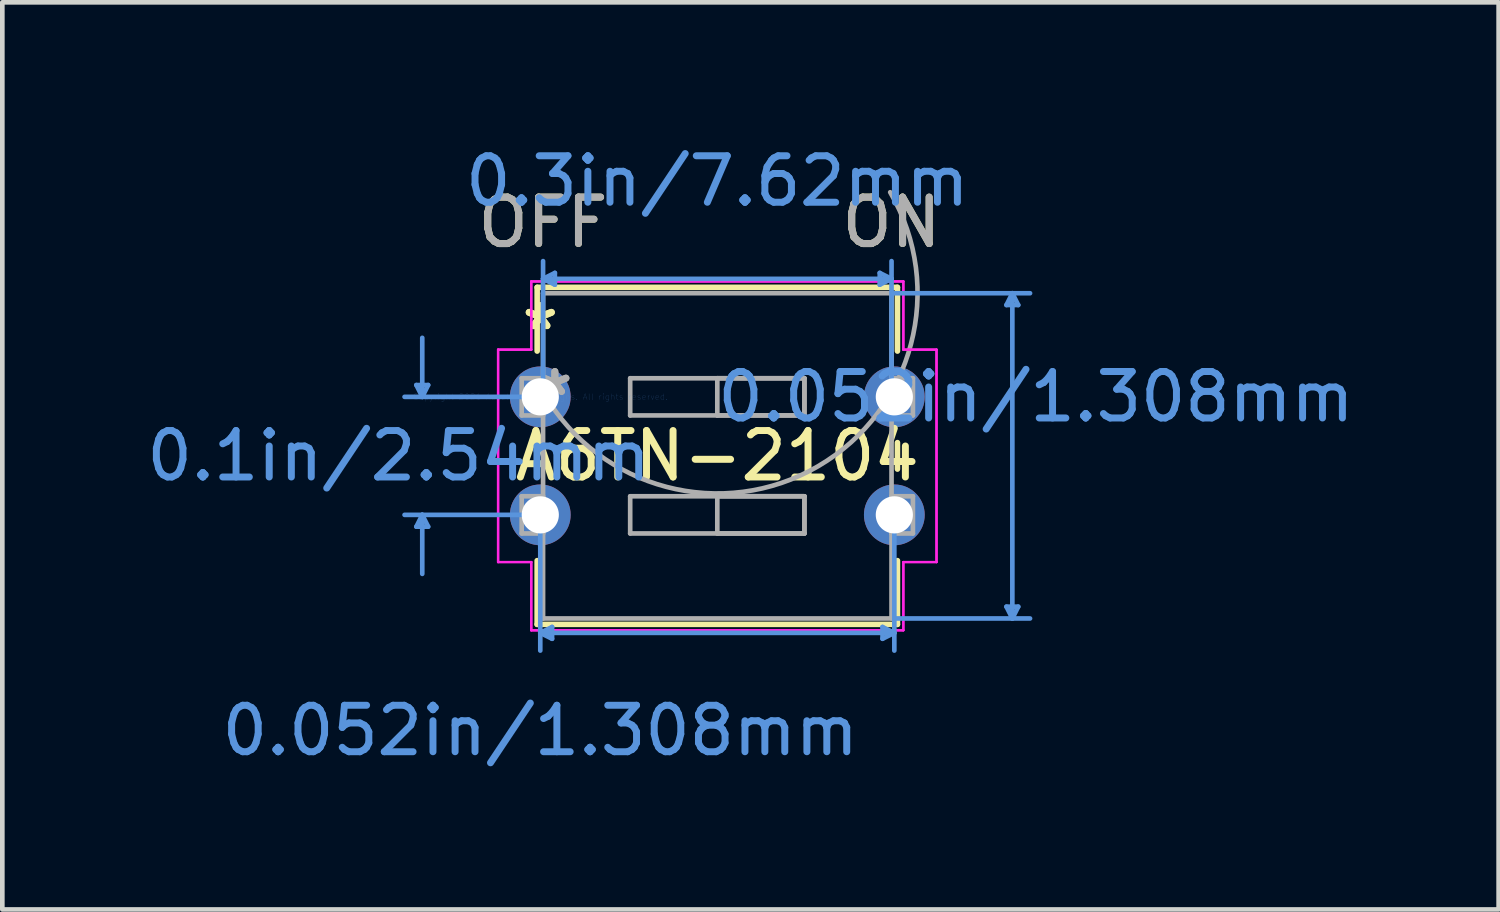
<source format=kicad_pcb>
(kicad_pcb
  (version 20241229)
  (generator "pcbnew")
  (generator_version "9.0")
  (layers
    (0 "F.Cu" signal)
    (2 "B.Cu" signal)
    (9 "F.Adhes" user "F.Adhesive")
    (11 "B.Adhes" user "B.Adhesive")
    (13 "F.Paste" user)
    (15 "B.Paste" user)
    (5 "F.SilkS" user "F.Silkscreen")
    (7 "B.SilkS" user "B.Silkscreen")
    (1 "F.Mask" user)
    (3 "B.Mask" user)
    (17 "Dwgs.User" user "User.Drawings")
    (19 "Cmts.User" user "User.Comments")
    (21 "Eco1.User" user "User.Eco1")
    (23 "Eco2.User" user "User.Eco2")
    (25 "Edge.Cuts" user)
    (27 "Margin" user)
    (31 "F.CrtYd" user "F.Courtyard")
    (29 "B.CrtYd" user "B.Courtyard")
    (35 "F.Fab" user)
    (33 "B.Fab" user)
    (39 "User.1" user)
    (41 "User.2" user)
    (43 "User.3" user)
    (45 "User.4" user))
  (footprint "A6TN-2104"
    (layer "F.Cu")
    (at 8.578 5.491)
    (property "Reference" "A6TN-2104" (at 3.81 1.27 0) (layer "F.SilkS") (effects (font (size 1 1) (thickness 0.15))))
    (attr through_hole)
    (fp_line (start -0.067 -2.357) (end -0.067 -0.985) (stroke (width 0.12) (type solid)) (layer "F.SilkS"))
    (fp_line (start -0.067 0.985) (end -0.067 1.555) (stroke (width 0.12) (type solid)) (layer "F.SilkS"))
    (fp_line (start -0.067 3.525) (end -0.067 4.897) (stroke (width 0.12) (type solid)) (layer "F.SilkS"))
    (fp_line (start -0.067 4.897) (end 7.687 4.897) (stroke (width 0.12) (type solid)) (layer "F.SilkS"))
    (fp_line (start 7.687 -2.357) (end -0.067 -2.357) (stroke (width 0.12) (type solid)) (layer "F.SilkS"))
    (fp_line (start 7.687 -0.985) (end 7.687 -2.357) (stroke (width 0.12) (type solid)) (layer "F.SilkS"))
    (fp_line (start 7.687 1.555) (end 7.687 0.985) (stroke (width 0.12) (type solid)) (layer "F.SilkS"))
    (fp_line (start 7.687 4.897) (end 7.687 3.525) (stroke (width 0.12) (type solid)) (layer "F.SilkS"))
    (fp_line (start -2.667 -0.254) (end -2.413 -0.254) (stroke (width 0.1) (type solid)) (layer "Cmts.User"))
    (fp_line (start -2.667 2.794) (end -2.413 2.794) (stroke (width 0.1) (type solid)) (layer "Cmts.User"))
    (fp_line (start -2.54 0) (end -2.667 -0.254) (stroke (width 0.1) (type solid)) (layer "Cmts.User"))
    (fp_line (start -2.54 0) (end -2.54 -1.27) (stroke (width 0.1) (type solid)) (layer "Cmts.User"))
    (fp_line (start -2.54 0) (end -2.413 -0.254) (stroke (width 0.1) (type solid)) (layer "Cmts.User"))
    (fp_line (start -2.54 2.54) (end -2.667 2.794) (stroke (width 0.1) (type solid)) (layer "Cmts.User"))
    (fp_line (start -2.54 2.54) (end -2.54 3.81) (stroke (width 0.1) (type solid)) (layer "Cmts.User"))
    (fp_line (start -2.54 2.54) (end -2.413 2.794) (stroke (width 0.1) (type solid)) (layer "Cmts.User"))
    (fp_line (start 0 0) (end -2.921 0) (stroke (width 0.1) (type solid)) (layer "Cmts.User"))
    (fp_line (start 0 2.54) (end -2.921 2.54) (stroke (width 0.1) (type solid)) (layer "Cmts.User"))
    (fp_line (start 0 2.54) (end 0 5.461) (stroke (width 0.1) (type solid)) (layer "Cmts.User"))
    (fp_line (start 0 5.08) (end 0.254 4.953) (stroke (width 0.1) (type solid)) (layer "Cmts.User"))
    (fp_line (start 0 5.08) (end 0.254 5.207) (stroke (width 0.1) (type solid)) (layer "Cmts.User"))
    (fp_line (start 0 5.08) (end 7.62 5.08) (stroke (width 0.1) (type solid)) (layer "Cmts.User"))
    (fp_line (start 0.06 -2.54) (end 0.314 -2.667) (stroke (width 0.1) (type solid)) (layer "Cmts.User"))
    (fp_line (start 0.06 -2.54) (end 0.314 -2.413) (stroke (width 0.1) (type solid)) (layer "Cmts.User"))
    (fp_line (start 0.06 -2.54) (end 7.56 -2.54) (stroke (width 0.1) (type solid)) (layer "Cmts.User"))
    (fp_line (start 0.06 0) (end 0.06 -2.921) (stroke (width 0.1) (type solid)) (layer "Cmts.User"))
    (fp_line (start 0.254 4.953) (end 0.254 5.207) (stroke (width 0.1) (type solid)) (layer "Cmts.User"))
    (fp_line (start 0.314 -2.667) (end 0.314 -2.413) (stroke (width 0.1) (type solid)) (layer "Cmts.User"))
    (fp_line (start 7.306 -2.667) (end 7.306 -2.413) (stroke (width 0.1) (type solid)) (layer "Cmts.User"))
    (fp_line (start 7.366 4.953) (end 7.366 5.207) (stroke (width 0.1) (type solid)) (layer "Cmts.User"))
    (fp_line (start 7.56 -2.54) (end 7.306 -2.667) (stroke (width 0.1) (type solid)) (layer "Cmts.User"))
    (fp_line (start 7.56 -2.54) (end 7.306 -2.413) (stroke (width 0.1) (type solid)) (layer "Cmts.User"))
    (fp_line (start 7.56 0) (end 7.56 -2.921) (stroke (width 0.1) (type solid)) (layer "Cmts.User"))
    (fp_line (start 7.62 -2.23) (end 10.541 -2.23) (stroke (width 0.1) (type solid)) (layer "Cmts.User"))
    (fp_line (start 7.62 2.54) (end 7.62 5.461) (stroke (width 0.1) (type solid)) (layer "Cmts.User"))
    (fp_line (start 7.62 4.77) (end 10.541 4.77) (stroke (width 0.1) (type solid)) (layer "Cmts.User"))
    (fp_line (start 7.62 5.08) (end 7.366 4.953) (stroke (width 0.1) (type solid)) (layer "Cmts.User"))
    (fp_line (start 7.62 5.08) (end 7.366 5.207) (stroke (width 0.1) (type solid)) (layer "Cmts.User"))
    (fp_line (start 10.033 -1.976) (end 10.287 -1.976) (stroke (width 0.1) (type solid)) (layer "Cmts.User"))
    (fp_line (start 10.033 4.516) (end 10.287 4.516) (stroke (width 0.1) (type solid)) (layer "Cmts.User"))
    (fp_line (start 10.16 -2.23) (end 10.033 -1.976) (stroke (width 0.1) (type solid)) (layer "Cmts.User"))
    (fp_line (start 10.16 -2.23) (end 10.16 4.77) (stroke (width 0.1) (type solid)) (layer "Cmts.User"))
    (fp_line (start 10.16 -2.23) (end 10.287 -1.976) (stroke (width 0.1) (type solid)) (layer "Cmts.User"))
    (fp_line (start 10.16 4.77) (end 10.033 4.516) (stroke (width 0.1) (type solid)) (layer "Cmts.User"))
    (fp_line (start 10.16 4.77) (end 10.287 4.516) (stroke (width 0.1) (type solid)) (layer "Cmts.User"))
    (fp_line (start -0.908 -1.016) (end -0.908 3.556) (stroke (width 0.05) (type solid)) (layer "F.CrtYd"))
    (fp_line (start -0.908 -1.016) (end -0.194 -1.016) (stroke (width 0.05) (type solid)) (layer "F.CrtYd"))
    (fp_line (start -0.908 3.556) (end -0.908 -1.016) (stroke (width 0.05) (type solid)) (layer "F.CrtYd"))
    (fp_line (start -0.908 3.556) (end -0.194 3.556) (stroke (width 0.05) (type solid)) (layer "F.CrtYd"))
    (fp_line (start -0.194 -2.484) (end -0.194 -1.016) (stroke (width 0.05) (type solid)) (layer "F.CrtYd"))
    (fp_line (start -0.194 -2.484) (end 7.814 -2.484) (stroke (width 0.05) (type solid)) (layer "F.CrtYd"))
    (fp_line (start -0.194 -1.016) (end -0.908 -1.016) (stroke (width 0.05) (type solid)) (layer "F.CrtYd"))
    (fp_line (start -0.194 -1.016) (end -0.194 -2.484) (stroke (width 0.05) (type solid)) (layer "F.CrtYd"))
    (fp_line (start -0.194 3.556) (end -0.908 3.556) (stroke (width 0.05) (type solid)) (layer "F.CrtYd"))
    (fp_line (start -0.194 3.556) (end -0.194 5.024) (stroke (width 0.05) (type solid)) (layer "F.CrtYd"))
    (fp_line (start -0.194 5.024) (end -0.194 3.556) (stroke (width 0.05) (type solid)) (layer "F.CrtYd"))
    (fp_line (start -0.194 5.024) (end 7.814 5.024) (stroke (width 0.05) (type solid)) (layer "F.CrtYd"))
    (fp_line (start 7.814 -2.484) (end -0.194 -2.484) (stroke (width 0.05) (type solid)) (layer "F.CrtYd"))
    (fp_line (start 7.814 -2.484) (end 7.814 -1.016) (stroke (width 0.05) (type solid)) (layer "F.CrtYd"))
    (fp_line (start 7.814 -1.016) (end 7.814 -2.484) (stroke (width 0.05) (type solid)) (layer "F.CrtYd"))
    (fp_line (start 7.814 3.556) (end 7.814 5.024) (stroke (width 0.05) (type solid)) (layer "F.CrtYd"))
    (fp_line (start 7.814 3.556) (end 8.528 3.556) (stroke (width 0.05) (type solid)) (layer "F.CrtYd"))
    (fp_line (start 7.814 5.024) (end -0.194 5.024) (stroke (width 0.05) (type solid)) (layer "F.CrtYd"))
    (fp_line (start 7.814 5.024) (end 7.814 3.556) (stroke (width 0.05) (type solid)) (layer "F.CrtYd"))
    (fp_line (start 8.528 -1.016) (end 7.814 -1.016) (stroke (width 0.05) (type solid)) (layer "F.CrtYd"))
    (fp_line (start 8.528 -1.016) (end 7.814 -1.016) (stroke (width 0.05) (type solid)) (layer "F.CrtYd"))
    (fp_line (start 8.528 -1.016) (end 8.528 3.556) (stroke (width 0.05) (type solid)) (layer "F.CrtYd"))
    (fp_line (start 8.528 3.556) (end 7.814 3.556) (stroke (width 0.05) (type solid)) (layer "F.CrtYd"))
    (fp_line (start 8.528 3.556) (end 8.528 -1.016) (stroke (width 0.05) (type solid)) (layer "F.CrtYd"))
    (fp_line (start -0.4 -0.4) (end -0.4 0.4) (stroke (width 0.1) (type solid)) (layer "F.Fab"))
    (fp_line (start -0.4 0.4) (end 0.06 0.4) (stroke (width 0.1) (type solid)) (layer "F.Fab"))
    (fp_line (start -0.4 2.14) (end -0.4 2.94) (stroke (width 0.1) (type solid)) (layer "F.Fab"))
    (fp_line (start -0.4 2.94) (end 0.06 2.94) (stroke (width 0.1) (type solid)) (layer "F.Fab"))
    (fp_line (start 0.06 -2.23) (end 0.06 4.77) (stroke (width 0.1) (type solid)) (layer "F.Fab"))
    (fp_line (start 0.06 -0.4) (end -0.4 -0.4) (stroke (width 0.1) (type solid)) (layer "F.Fab"))
    (fp_line (start 0.06 0.4) (end 0.06 -0.4) (stroke (width 0.1) (type solid)) (layer "F.Fab"))
    (fp_line (start 0.06 2.14) (end -0.4 2.14) (stroke (width 0.1) (type solid)) (layer "F.Fab"))
    (fp_line (start 0.06 2.94) (end 0.06 2.14) (stroke (width 0.1) (type solid)) (layer "F.Fab"))
    (fp_line (start 0.06 4.77) (end 7.56 4.77) (stroke (width 0.1) (type solid)) (layer "F.Fab"))
    (fp_line (start 1.935 -0.4) (end 5.685 -0.4) (stroke (width 0.1) (type solid)) (layer "F.Fab"))
    (fp_line (start 1.935 0.4) (end 1.935 -0.4) (stroke (width 0.1) (type solid)) (layer "F.Fab"))
    (fp_line (start 1.935 2.14) (end 5.685 2.14) (stroke (width 0.1) (type solid)) (layer "F.Fab"))
    (fp_line (start 1.935 2.94) (end 1.935 2.14) (stroke (width 0.1) (type solid)) (layer "F.Fab"))
    (fp_line (start 3.81 -0.4) (end 5.685 -0.4) (stroke (width 0.1) (type solid)) (layer "F.Fab"))
    (fp_line (start 3.81 0.4) (end 3.81 -0.4) (stroke (width 0.1) (type solid)) (layer "F.Fab"))
    (fp_line (start 3.81 2.14) (end 5.685 2.14) (stroke (width 0.1) (type solid)) (layer "F.Fab"))
    (fp_line (start 3.81 2.94) (end 3.81 2.14) (stroke (width 0.1) (type solid)) (layer "F.Fab"))
    (fp_line (start 5.685 -0.4) (end 5.685 0.4) (stroke (width 0.1) (type solid)) (layer "F.Fab"))
    (fp_line (start 5.685 -0.4) (end 5.685 0.4) (stroke (width 0.1) (type solid)) (layer "F.Fab"))
    (fp_line (start 5.685 0.4) (end 1.935 0.4) (stroke (width 0.1) (type solid)) (layer "F.Fab"))
    (fp_line (start 5.685 0.4) (end 3.81 0.4) (stroke (width 0.1) (type solid)) (layer "F.Fab"))
    (fp_line (start 5.685 2.14) (end 5.685 2.94) (stroke (width 0.1) (type solid)) (layer "F.Fab"))
    (fp_line (start 5.685 2.14) (end 5.685 2.94) (stroke (width 0.1) (type solid)) (layer "F.Fab"))
    (fp_line (start 5.685 2.94) (end 1.935 2.94) (stroke (width 0.1) (type solid)) (layer "F.Fab"))
    (fp_line (start 5.685 2.94) (end 3.81 2.94) (stroke (width 0.1) (type solid)) (layer "F.Fab"))
    (fp_line (start 7.56 -2.23) (end 0.06 -2.23) (stroke (width 0.1) (type solid)) (layer "F.Fab"))
    (fp_line (start 7.56 -0.4) (end 7.56 0.4) (stroke (width 0.1) (type solid)) (layer "F.Fab"))
    (fp_line (start 7.56 0.4) (end 8.02 0.4) (stroke (width 0.1) (type solid)) (layer "F.Fab"))
    (fp_line (start 7.56 2.14) (end 7.56 2.94) (stroke (width 0.1) (type solid)) (layer "F.Fab"))
    (fp_line (start 7.56 2.94) (end 8.02 2.94) (stroke (width 0.1) (type solid)) (layer "F.Fab"))
    (fp_line (start 7.56 4.77) (end 7.56 -2.23) (stroke (width 0.1) (type solid)) (layer "F.Fab"))
    (fp_line (start 8.02 -0.4) (end 7.56 -0.4) (stroke (width 0.1) (type solid)) (layer "F.Fab"))
    (fp_line (start 8.02 0.4) (end 8.02 -0.4) (stroke (width 0.1) (type solid)) (layer "F.Fab"))
    (fp_line (start 8.02 2.14) (end 7.56 2.14) (stroke (width 0.1) (type solid)) (layer "F.Fab"))
    (fp_line (start 8.02 2.94) (end 8.02 2.14) (stroke (width 0.1) (type solid)) (layer "F.Fab"))
    (fp_arc (start 7.530968 -4.40336) (mid 5.983359 1.490967) (end 0.089032 -0.056642) (stroke (width 0.1) (type solid)) (layer "F.Fab"))
    (fp_text user "*" (at 0 -1.416 0) (layer "F.SilkS") (effects (font (size 1 1) (thickness 0.15))))
    (fp_text user "OFF" (at 0.06 -3.754 0) (layer "F.SilkS") (effects (font (size 1 1) (thickness 0.15))))
    (fp_text user "*" (at 0 -1.416 0) (layer "F.SilkS") (effects (font (size 1 1) (thickness 0.15))))
    (fp_text user "ON" (at 7.56 -3.754 0) (layer "F.SilkS") (effects (font (size 1 1) (thickness 0.15))))
    (fp_text user "0.3in/7.62mm" (at 3.81 -4.643 0) (layer "Cmts.User") (effects (font (size 1 1) (thickness 0.15))))
    (fp_text user "Copyright 2021 Accelerated Designs. All rights reserved." (at 0 0 0) (layer "Cmts.User") (effects (font (size 0.127 0.127) (thickness 0.002))))
    (fp_text user "0.052in/1.308mm" (at 0 7.183 0) (layer "Cmts.User") (effects (font (size 1 1) (thickness 0.15))))
    (fp_text user "0.1in/2.54mm" (at -3.048 1.27 0) (layer "Cmts.User") (effects (font (size 1 1) (thickness 0.15))))
    (fp_text user "0.052in/1.308mm" (at 10.668 0 0) (layer "Cmts.User") (effects (font (size 1 1) (thickness 0.15))))
    (fp_text user "*" (at 0.314 0 0) (layer "F.Fab") (effects (font (size 1 1) (thickness 0.15))))
    (fp_text user "*" (at 0.314 0 0) (layer "F.Fab") (effects (font (size 1 1) (thickness 0.15))))
    (fp_text user "OFF" (at 0.06 -3.754 0) (layer "F.Fab") (effects (font (size 1 1) (thickness 0.15))))
    (fp_text user "ON" (at 7.56 -3.754 0) (layer "F.Fab") (effects (font (size 1 1) (thickness 0.15))))
    (pad "1" thru_hole circle (at 0 0) (size 1.308 1.308) (drill 0.8) (layers "*.Cu" "*.Mask"))
    (pad "2" thru_hole circle (at 0 2.54) (size 1.308 1.308) (drill 0.8) (layers "*.Cu" "*.Mask"))
    (pad "3" thru_hole circle (at 7.62 2.54) (size 1.308 1.308) (drill 0.8) (layers "*.Cu" "*.Mask"))
    (pad "4" thru_hole circle (at 7.62 0) (size 1.308 1.308) (drill 0.8) (layers "*.Cu" "*.Mask")))
  (gr_rect
    (start -3 -3)
    (end 29.204 16.523)
    (stroke (width 0.1) (type default))
    (fill no)
    (layer "Edge.Cuts")))
</source>
